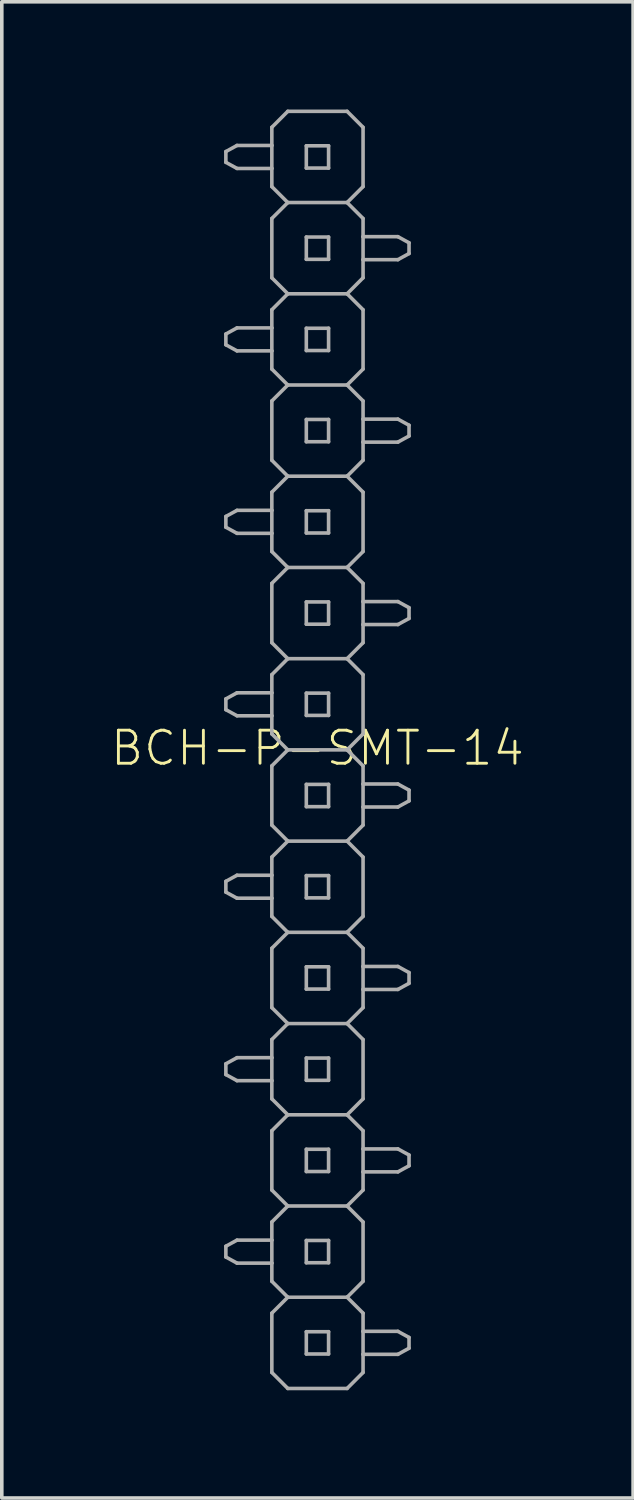
<source format=kicad_pcb>
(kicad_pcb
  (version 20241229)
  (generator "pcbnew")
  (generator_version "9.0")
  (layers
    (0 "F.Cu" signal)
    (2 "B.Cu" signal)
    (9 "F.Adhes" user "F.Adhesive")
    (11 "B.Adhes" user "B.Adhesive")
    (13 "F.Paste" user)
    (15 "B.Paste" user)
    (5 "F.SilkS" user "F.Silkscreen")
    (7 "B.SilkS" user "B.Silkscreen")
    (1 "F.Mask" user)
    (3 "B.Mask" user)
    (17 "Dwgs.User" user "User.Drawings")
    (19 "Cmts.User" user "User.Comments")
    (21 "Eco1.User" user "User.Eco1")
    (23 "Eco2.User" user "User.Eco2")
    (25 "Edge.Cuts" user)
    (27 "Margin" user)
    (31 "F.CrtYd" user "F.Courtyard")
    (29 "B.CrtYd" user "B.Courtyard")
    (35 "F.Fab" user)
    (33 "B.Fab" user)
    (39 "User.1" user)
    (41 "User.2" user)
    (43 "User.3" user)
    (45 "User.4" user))
  (footprint "BCH-P-SMT-14"
    (layer "F.Cu")
    (at 5.789 17.83)
    (property "Reference" "BCH-P-SMT-14" (at 0 -0.05 0) (unlocked yes) (layer "F.SilkS") (effects (font (size 0.92 0.92) (thickness 0.08))))
    (fp_line (start -2.55 -16.66) (end -2.55 -16.36) (stroke (width 0.1) (type solid)) (layer "F.Fab"))
    (fp_line (start -2.55 -16.36) (end -2.24 -16.19) (stroke (width 0.1) (type solid)) (layer "F.Fab"))
    (fp_line (start -2.55 -11.58) (end -2.55 -11.28) (stroke (width 0.1) (type solid)) (layer "F.Fab"))
    (fp_line (start -2.55 -11.28) (end -2.24 -11.11) (stroke (width 0.1) (type solid)) (layer "F.Fab"))
    (fp_line (start -2.55 -6.5) (end -2.55 -6.2) (stroke (width 0.1) (type solid)) (layer "F.Fab"))
    (fp_line (start -2.55 -6.2) (end -2.24 -6.03) (stroke (width 0.1) (type solid)) (layer "F.Fab"))
    (fp_line (start -2.55 -1.42) (end -2.55 -1.12) (stroke (width 0.1) (type solid)) (layer "F.Fab"))
    (fp_line (start -2.55 -1.12) (end -2.24 -0.95) (stroke (width 0.1) (type solid)) (layer "F.Fab"))
    (fp_line (start -2.55 3.66) (end -2.55 3.96) (stroke (width 0.1) (type solid)) (layer "F.Fab"))
    (fp_line (start -2.55 3.96) (end -2.24 4.13) (stroke (width 0.1) (type solid)) (layer "F.Fab"))
    (fp_line (start -2.55 8.74) (end -2.55 9.04) (stroke (width 0.1) (type solid)) (layer "F.Fab"))
    (fp_line (start -2.55 9.04) (end -2.24 9.21) (stroke (width 0.1) (type solid)) (layer "F.Fab"))
    (fp_line (start -2.55 13.82) (end -2.55 14.12) (stroke (width 0.1) (type solid)) (layer "F.Fab"))
    (fp_line (start -2.55 14.12) (end -2.24 14.29) (stroke (width 0.1) (type solid)) (layer "F.Fab"))
    (fp_line (start -2.24 -16.83) (end -2.55 -16.66) (stroke (width 0.1) (type solid)) (layer "F.Fab"))
    (fp_line (start -2.24 -16.19) (end -1.27 -16.19) (stroke (width 0.1) (type solid)) (layer "F.Fab"))
    (fp_line (start -2.24 -11.75) (end -2.55 -11.58) (stroke (width 0.1) (type solid)) (layer "F.Fab"))
    (fp_line (start -2.24 -11.11) (end -1.27 -11.11) (stroke (width 0.1) (type solid)) (layer "F.Fab"))
    (fp_line (start -2.24 -6.67) (end -2.55 -6.5) (stroke (width 0.1) (type solid)) (layer "F.Fab"))
    (fp_line (start -2.24 -6.03) (end -1.27 -6.03) (stroke (width 0.1) (type solid)) (layer "F.Fab"))
    (fp_line (start -2.24 -1.59) (end -2.55 -1.42) (stroke (width 0.1) (type solid)) (layer "F.Fab"))
    (fp_line (start -2.24 -0.95) (end -1.27 -0.95) (stroke (width 0.1) (type solid)) (layer "F.Fab"))
    (fp_line (start -2.24 3.49) (end -2.55 3.66) (stroke (width 0.1) (type solid)) (layer "F.Fab"))
    (fp_line (start -2.24 4.13) (end -1.27 4.13) (stroke (width 0.1) (type solid)) (layer "F.Fab"))
    (fp_line (start -2.24 8.57) (end -2.55 8.74) (stroke (width 0.1) (type solid)) (layer "F.Fab"))
    (fp_line (start -2.24 9.21) (end -1.27 9.21) (stroke (width 0.1) (type solid)) (layer "F.Fab"))
    (fp_line (start -2.24 13.65) (end -2.55 13.82) (stroke (width 0.1) (type solid)) (layer "F.Fab"))
    (fp_line (start -2.24 14.29) (end -1.27 14.29) (stroke (width 0.1) (type solid)) (layer "F.Fab"))
    (fp_line (start -1.27 -17.335) (end -1.27 -16.83) (stroke (width 0.1) (type solid)) (layer "F.Fab"))
    (fp_line (start -1.27 -16.83) (end -2.24 -16.83) (stroke (width 0.1) (type solid)) (layer "F.Fab"))
    (fp_line (start -1.27 -16.83) (end -1.27 -16.19) (stroke (width 0.1) (type solid)) (layer "F.Fab"))
    (fp_line (start -1.27 -16.19) (end -1.27 -15.684) (stroke (width 0.1) (type solid)) (layer "F.Fab"))
    (fp_line (start -1.27 -15.684) (end -0.826 -15.24) (stroke (width 0.1) (type solid)) (layer "F.Fab"))
    (fp_line (start -1.27 -14.796) (end -1.27 -13.145) (stroke (width 0.1) (type solid)) (layer "F.Fab"))
    (fp_line (start -1.27 -13.145) (end -0.826 -12.7) (stroke (width 0.1) (type solid)) (layer "F.Fab"))
    (fp_line (start -1.27 -12.255) (end -1.27 -11.75) (stroke (width 0.1) (type solid)) (layer "F.Fab"))
    (fp_line (start -1.27 -11.75) (end -2.24 -11.75) (stroke (width 0.1) (type solid)) (layer "F.Fab"))
    (fp_line (start -1.27 -11.75) (end -1.27 -11.11) (stroke (width 0.1) (type solid)) (layer "F.Fab"))
    (fp_line (start -1.27 -11.11) (end -1.27 -10.604) (stroke (width 0.1) (type solid)) (layer "F.Fab"))
    (fp_line (start -1.27 -10.604) (end -0.826 -10.16) (stroke (width 0.1) (type solid)) (layer "F.Fab"))
    (fp_line (start -1.27 -9.716) (end -1.27 -8.065) (stroke (width 0.1) (type solid)) (layer "F.Fab"))
    (fp_line (start -1.27 -8.065) (end -0.826 -7.62) (stroke (width 0.1) (type solid)) (layer "F.Fab"))
    (fp_line (start -1.27 -7.176) (end -1.27 -6.67) (stroke (width 0.1) (type solid)) (layer "F.Fab"))
    (fp_line (start -1.27 -6.67) (end -2.24 -6.67) (stroke (width 0.1) (type solid)) (layer "F.Fab"))
    (fp_line (start -1.27 -6.67) (end -1.27 -6.03) (stroke (width 0.1) (type solid)) (layer "F.Fab"))
    (fp_line (start -1.27 -6.03) (end -1.27 -5.524) (stroke (width 0.1) (type solid)) (layer "F.Fab"))
    (fp_line (start -1.27 -5.524) (end -0.826 -5.08) (stroke (width 0.1) (type solid)) (layer "F.Fab"))
    (fp_line (start -1.27 -4.636) (end -1.27 -2.985) (stroke (width 0.1) (type solid)) (layer "F.Fab"))
    (fp_line (start -1.27 -2.985) (end -0.826 -2.54) (stroke (width 0.1) (type solid)) (layer "F.Fab"))
    (fp_line (start -1.27 -2.095) (end -1.27 -1.59) (stroke (width 0.1) (type solid)) (layer "F.Fab"))
    (fp_line (start -1.27 -1.59) (end -2.24 -1.59) (stroke (width 0.1) (type solid)) (layer "F.Fab"))
    (fp_line (start -1.27 -1.59) (end -1.27 -0.95) (stroke (width 0.1) (type solid)) (layer "F.Fab"))
    (fp_line (start -1.27 -0.95) (end -1.27 -0.445) (stroke (width 0.1) (type solid)) (layer "F.Fab"))
    (fp_line (start -1.27 -0.445) (end -0.826 0) (stroke (width 0.1) (type solid)) (layer "F.Fab"))
    (fp_line (start -1.27 0.445) (end -1.27 2.095) (stroke (width 0.1) (type solid)) (layer "F.Fab"))
    (fp_line (start -1.27 2.095) (end -0.826 2.54) (stroke (width 0.1) (type solid)) (layer "F.Fab"))
    (fp_line (start -1.27 2.985) (end -1.27 3.49) (stroke (width 0.1) (type solid)) (layer "F.Fab"))
    (fp_line (start -1.27 3.49) (end -2.24 3.49) (stroke (width 0.1) (type solid)) (layer "F.Fab"))
    (fp_line (start -1.27 3.49) (end -1.27 4.13) (stroke (width 0.1) (type solid)) (layer "F.Fab"))
    (fp_line (start -1.27 4.13) (end -1.27 4.636) (stroke (width 0.1) (type solid)) (layer "F.Fab"))
    (fp_line (start -1.27 4.636) (end -0.826 5.08) (stroke (width 0.1) (type solid)) (layer "F.Fab"))
    (fp_line (start -1.27 5.524) (end -1.27 7.176) (stroke (width 0.1) (type solid)) (layer "F.Fab"))
    (fp_line (start -1.27 7.176) (end -0.826 7.62) (stroke (width 0.1) (type solid)) (layer "F.Fab"))
    (fp_line (start -1.27 8.065) (end -1.27 8.57) (stroke (width 0.1) (type solid)) (layer "F.Fab"))
    (fp_line (start -1.27 8.57) (end -2.24 8.57) (stroke (width 0.1) (type solid)) (layer "F.Fab"))
    (fp_line (start -1.27 8.57) (end -1.27 9.21) (stroke (width 0.1) (type solid)) (layer "F.Fab"))
    (fp_line (start -1.27 9.21) (end -1.27 9.716) (stroke (width 0.1) (type solid)) (layer "F.Fab"))
    (fp_line (start -1.27 9.716) (end -0.826 10.16) (stroke (width 0.1) (type solid)) (layer "F.Fab"))
    (fp_line (start -1.27 10.604) (end -1.27 12.255) (stroke (width 0.1) (type solid)) (layer "F.Fab"))
    (fp_line (start -1.27 12.255) (end -0.826 12.7) (stroke (width 0.1) (type solid)) (layer "F.Fab"))
    (fp_line (start -1.27 13.145) (end -1.27 13.65) (stroke (width 0.1) (type solid)) (layer "F.Fab"))
    (fp_line (start -1.27 13.65) (end -2.24 13.65) (stroke (width 0.1) (type solid)) (layer "F.Fab"))
    (fp_line (start -1.27 13.65) (end -1.27 14.29) (stroke (width 0.1) (type solid)) (layer "F.Fab"))
    (fp_line (start -1.27 14.29) (end -1.27 14.796) (stroke (width 0.1) (type solid)) (layer "F.Fab"))
    (fp_line (start -1.27 14.796) (end -0.826 15.24) (stroke (width 0.1) (type solid)) (layer "F.Fab"))
    (fp_line (start -1.27 15.684) (end -1.27 17.335) (stroke (width 0.1) (type solid)) (layer "F.Fab"))
    (fp_line (start -1.27 17.335) (end -0.826 17.78) (stroke (width 0.1) (type solid)) (layer "F.Fab"))
    (fp_line (start -0.826 -17.78) (end -1.27 -17.335) (stroke (width 0.1) (type solid)) (layer "F.Fab"))
    (fp_line (start -0.826 -15.24) (end -1.27 -14.796) (stroke (width 0.1) (type solid)) (layer "F.Fab"))
    (fp_line (start -0.826 -12.7) (end -1.27 -12.255) (stroke (width 0.1) (type solid)) (layer "F.Fab"))
    (fp_line (start -0.826 -10.16) (end -1.27 -9.716) (stroke (width 0.1) (type solid)) (layer "F.Fab"))
    (fp_line (start -0.826 -7.62) (end -1.27 -7.176) (stroke (width 0.1) (type solid)) (layer "F.Fab"))
    (fp_line (start -0.826 -5.08) (end -1.27 -4.636) (stroke (width 0.1) (type solid)) (layer "F.Fab"))
    (fp_line (start -0.826 -2.54) (end -1.27 -2.095) (stroke (width 0.1) (type solid)) (layer "F.Fab"))
    (fp_line (start -0.826 0) (end -1.27 0.445) (stroke (width 0.1) (type solid)) (layer "F.Fab"))
    (fp_line (start -0.826 2.54) (end -1.27 2.985) (stroke (width 0.1) (type solid)) (layer "F.Fab"))
    (fp_line (start -0.826 5.08) (end -1.27 5.524) (stroke (width 0.1) (type solid)) (layer "F.Fab"))
    (fp_line (start -0.826 7.62) (end -1.27 8.065) (stroke (width 0.1) (type solid)) (layer "F.Fab"))
    (fp_line (start -0.826 10.16) (end -1.27 10.604) (stroke (width 0.1) (type solid)) (layer "F.Fab"))
    (fp_line (start -0.826 12.7) (end -1.27 13.145) (stroke (width 0.1) (type solid)) (layer "F.Fab"))
    (fp_line (start -0.826 15.24) (end -1.27 15.684) (stroke (width 0.1) (type solid)) (layer "F.Fab"))
    (fp_line (start -0.31 -16.82) (end -0.31 -16.2) (stroke (width 0.1) (type solid)) (layer "F.Fab"))
    (fp_line (start -0.31 -16.2) (end 0.31 -16.2) (stroke (width 0.1) (type solid)) (layer "F.Fab"))
    (fp_line (start -0.31 -14.28) (end -0.31 -13.66) (stroke (width 0.1) (type solid)) (layer "F.Fab"))
    (fp_line (start -0.31 -13.66) (end 0.31 -13.66) (stroke (width 0.1) (type solid)) (layer "F.Fab"))
    (fp_line (start -0.31 -11.74) (end -0.31 -11.12) (stroke (width 0.1) (type solid)) (layer "F.Fab"))
    (fp_line (start -0.31 -11.12) (end 0.31 -11.12) (stroke (width 0.1) (type solid)) (layer "F.Fab"))
    (fp_line (start -0.31 -9.2) (end -0.31 -8.58) (stroke (width 0.1) (type solid)) (layer "F.Fab"))
    (fp_line (start -0.31 -8.58) (end 0.31 -8.58) (stroke (width 0.1) (type solid)) (layer "F.Fab"))
    (fp_line (start -0.31 -6.66) (end -0.31 -6.04) (stroke (width 0.1) (type solid)) (layer "F.Fab"))
    (fp_line (start -0.31 -6.04) (end 0.31 -6.04) (stroke (width 0.1) (type solid)) (layer "F.Fab"))
    (fp_line (start -0.31 -4.12) (end -0.31 -3.5) (stroke (width 0.1) (type solid)) (layer "F.Fab"))
    (fp_line (start -0.31 -3.5) (end 0.31 -3.5) (stroke (width 0.1) (type solid)) (layer "F.Fab"))
    (fp_line (start -0.31 -1.58) (end -0.31 -0.96) (stroke (width 0.1) (type solid)) (layer "F.Fab"))
    (fp_line (start -0.31 -0.96) (end 0.31 -0.96) (stroke (width 0.1) (type solid)) (layer "F.Fab"))
    (fp_line (start -0.31 0.96) (end -0.31 1.58) (stroke (width 0.1) (type solid)) (layer "F.Fab"))
    (fp_line (start -0.31 1.58) (end 0.31 1.58) (stroke (width 0.1) (type solid)) (layer "F.Fab"))
    (fp_line (start -0.31 3.5) (end -0.31 4.12) (stroke (width 0.1) (type solid)) (layer "F.Fab"))
    (fp_line (start -0.31 4.12) (end 0.31 4.12) (stroke (width 0.1) (type solid)) (layer "F.Fab"))
    (fp_line (start -0.31 6.04) (end -0.31 6.66) (stroke (width 0.1) (type solid)) (layer "F.Fab"))
    (fp_line (start -0.31 6.66) (end 0.31 6.66) (stroke (width 0.1) (type solid)) (layer "F.Fab"))
    (fp_line (start -0.31 8.58) (end -0.31 9.2) (stroke (width 0.1) (type solid)) (layer "F.Fab"))
    (fp_line (start -0.31 9.2) (end 0.31 9.2) (stroke (width 0.1) (type solid)) (layer "F.Fab"))
    (fp_line (start -0.31 11.12) (end -0.31 11.74) (stroke (width 0.1) (type solid)) (layer "F.Fab"))
    (fp_line (start -0.31 11.74) (end 0.31 11.74) (stroke (width 0.1) (type solid)) (layer "F.Fab"))
    (fp_line (start -0.31 13.66) (end -0.31 14.28) (stroke (width 0.1) (type solid)) (layer "F.Fab"))
    (fp_line (start -0.31 14.28) (end 0.31 14.28) (stroke (width 0.1) (type solid)) (layer "F.Fab"))
    (fp_line (start -0.31 16.2) (end -0.31 16.82) (stroke (width 0.1) (type solid)) (layer "F.Fab"))
    (fp_line (start -0.31 16.82) (end 0.31 16.82) (stroke (width 0.1) (type solid)) (layer "F.Fab"))
    (fp_line (start 0.31 -16.82) (end -0.31 -16.82) (stroke (width 0.1) (type solid)) (layer "F.Fab"))
    (fp_line (start 0.31 -16.2) (end 0.31 -16.82) (stroke (width 0.1) (type solid)) (layer "F.Fab"))
    (fp_line (start 0.31 -14.28) (end -0.31 -14.28) (stroke (width 0.1) (type solid)) (layer "F.Fab"))
    (fp_line (start 0.31 -13.66) (end 0.31 -14.28) (stroke (width 0.1) (type solid)) (layer "F.Fab"))
    (fp_line (start 0.31 -11.74) (end -0.31 -11.74) (stroke (width 0.1) (type solid)) (layer "F.Fab"))
    (fp_line (start 0.31 -11.12) (end 0.31 -11.74) (stroke (width 0.1) (type solid)) (layer "F.Fab"))
    (fp_line (start 0.31 -9.2) (end -0.31 -9.2) (stroke (width 0.1) (type solid)) (layer "F.Fab"))
    (fp_line (start 0.31 -8.58) (end 0.31 -9.2) (stroke (width 0.1) (type solid)) (layer "F.Fab"))
    (fp_line (start 0.31 -6.66) (end -0.31 -6.66) (stroke (width 0.1) (type solid)) (layer "F.Fab"))
    (fp_line (start 0.31 -6.04) (end 0.31 -6.66) (stroke (width 0.1) (type solid)) (layer "F.Fab"))
    (fp_line (start 0.31 -4.12) (end -0.31 -4.12) (stroke (width 0.1) (type solid)) (layer "F.Fab"))
    (fp_line (start 0.31 -3.5) (end 0.31 -4.12) (stroke (width 0.1) (type solid)) (layer "F.Fab"))
    (fp_line (start 0.31 -1.58) (end -0.31 -1.58) (stroke (width 0.1) (type solid)) (layer "F.Fab"))
    (fp_line (start 0.31 -0.96) (end 0.31 -1.58) (stroke (width 0.1) (type solid)) (layer "F.Fab"))
    (fp_line (start 0.31 0.96) (end -0.31 0.96) (stroke (width 0.1) (type solid)) (layer "F.Fab"))
    (fp_line (start 0.31 1.58) (end 0.31 0.96) (stroke (width 0.1) (type solid)) (layer "F.Fab"))
    (fp_line (start 0.31 3.5) (end -0.31 3.5) (stroke (width 0.1) (type solid)) (layer "F.Fab"))
    (fp_line (start 0.31 4.12) (end 0.31 3.5) (stroke (width 0.1) (type solid)) (layer "F.Fab"))
    (fp_line (start 0.31 6.04) (end -0.31 6.04) (stroke (width 0.1) (type solid)) (layer "F.Fab"))
    (fp_line (start 0.31 6.66) (end 0.31 6.04) (stroke (width 0.1) (type solid)) (layer "F.Fab"))
    (fp_line (start 0.31 8.58) (end -0.31 8.58) (stroke (width 0.1) (type solid)) (layer "F.Fab"))
    (fp_line (start 0.31 9.2) (end 0.31 8.58) (stroke (width 0.1) (type solid)) (layer "F.Fab"))
    (fp_line (start 0.31 11.12) (end -0.31 11.12) (stroke (width 0.1) (type solid)) (layer "F.Fab"))
    (fp_line (start 0.31 11.74) (end 0.31 11.12) (stroke (width 0.1) (type solid)) (layer "F.Fab"))
    (fp_line (start 0.31 13.66) (end -0.31 13.66) (stroke (width 0.1) (type solid)) (layer "F.Fab"))
    (fp_line (start 0.31 14.28) (end 0.31 13.66) (stroke (width 0.1) (type solid)) (layer "F.Fab"))
    (fp_line (start 0.31 16.2) (end -0.31 16.2) (stroke (width 0.1) (type solid)) (layer "F.Fab"))
    (fp_line (start 0.31 16.82) (end 0.31 16.2) (stroke (width 0.1) (type solid)) (layer "F.Fab"))
    (fp_line (start 0.826 -17.78) (end -0.826 -17.78) (stroke (width 0.1) (type solid)) (layer "F.Fab"))
    (fp_line (start 0.826 -15.24) (end -0.826 -15.24) (stroke (width 0.1) (type solid)) (layer "F.Fab"))
    (fp_line (start 0.826 -15.24) (end 1.27 -15.684) (stroke (width 0.1) (type solid)) (layer "F.Fab"))
    (fp_line (start 0.826 -12.7) (end -0.826 -12.7) (stroke (width 0.1) (type solid)) (layer "F.Fab"))
    (fp_line (start 0.826 -12.7) (end 1.27 -13.145) (stroke (width 0.1) (type solid)) (layer "F.Fab"))
    (fp_line (start 0.826 -10.16) (end -0.826 -10.16) (stroke (width 0.1) (type solid)) (layer "F.Fab"))
    (fp_line (start 0.826 -10.16) (end 1.27 -10.604) (stroke (width 0.1) (type solid)) (layer "F.Fab"))
    (fp_line (start 0.826 -7.62) (end -0.826 -7.62) (stroke (width 0.1) (type solid)) (layer "F.Fab"))
    (fp_line (start 0.826 -7.62) (end 1.27 -8.065) (stroke (width 0.1) (type solid)) (layer "F.Fab"))
    (fp_line (start 0.826 -5.08) (end -0.826 -5.08) (stroke (width 0.1) (type solid)) (layer "F.Fab"))
    (fp_line (start 0.826 -5.08) (end 1.27 -5.524) (stroke (width 0.1) (type solid)) (layer "F.Fab"))
    (fp_line (start 0.826 -2.54) (end -0.826 -2.54) (stroke (width 0.1) (type solid)) (layer "F.Fab"))
    (fp_line (start 0.826 -2.54) (end 1.27 -2.985) (stroke (width 0.1) (type solid)) (layer "F.Fab"))
    (fp_line (start 0.826 0) (end -0.826 0) (stroke (width 0.1) (type solid)) (layer "F.Fab"))
    (fp_line (start 0.826 0) (end 1.27 -0.445) (stroke (width 0.1) (type solid)) (layer "F.Fab"))
    (fp_line (start 0.826 2.54) (end -0.826 2.54) (stroke (width 0.1) (type solid)) (layer "F.Fab"))
    (fp_line (start 0.826 2.54) (end 1.27 2.095) (stroke (width 0.1) (type solid)) (layer "F.Fab"))
    (fp_line (start 0.826 5.08) (end -0.826 5.08) (stroke (width 0.1) (type solid)) (layer "F.Fab"))
    (fp_line (start 0.826 5.08) (end 1.27 4.636) (stroke (width 0.1) (type solid)) (layer "F.Fab"))
    (fp_line (start 0.826 7.62) (end -0.826 7.62) (stroke (width 0.1) (type solid)) (layer "F.Fab"))
    (fp_line (start 0.826 7.62) (end 1.27 7.176) (stroke (width 0.1) (type solid)) (layer "F.Fab"))
    (fp_line (start 0.826 10.16) (end -0.826 10.16) (stroke (width 0.1) (type solid)) (layer "F.Fab"))
    (fp_line (start 0.826 10.16) (end 1.27 9.716) (stroke (width 0.1) (type solid)) (layer "F.Fab"))
    (fp_line (start 0.826 12.7) (end -0.826 12.7) (stroke (width 0.1) (type solid)) (layer "F.Fab"))
    (fp_line (start 0.826 12.7) (end 1.27 12.255) (stroke (width 0.1) (type solid)) (layer "F.Fab"))
    (fp_line (start 0.826 15.24) (end -0.826 15.24) (stroke (width 0.1) (type solid)) (layer "F.Fab"))
    (fp_line (start 0.826 15.24) (end 1.27 14.796) (stroke (width 0.1) (type solid)) (layer "F.Fab"))
    (fp_line (start 0.826 17.78) (end -0.826 17.78) (stroke (width 0.1) (type solid)) (layer "F.Fab"))
    (fp_line (start 0.826 17.78) (end 1.27 17.335) (stroke (width 0.1) (type solid)) (layer "F.Fab"))
    (fp_line (start 1.27 -17.335) (end 0.826 -17.78) (stroke (width 0.1) (type solid)) (layer "F.Fab"))
    (fp_line (start 1.27 -15.684) (end 1.27 -17.335) (stroke (width 0.1) (type solid)) (layer "F.Fab"))
    (fp_line (start 1.27 -14.796) (end 0.826 -15.24) (stroke (width 0.1) (type solid)) (layer "F.Fab"))
    (fp_line (start 1.27 -14.29) (end 1.27 -14.796) (stroke (width 0.1) (type solid)) (layer "F.Fab"))
    (fp_line (start 1.27 -13.65) (end 1.27 -14.29) (stroke (width 0.1) (type solid)) (layer "F.Fab"))
    (fp_line (start 1.27 -13.65) (end 2.24 -13.65) (stroke (width 0.1) (type solid)) (layer "F.Fab"))
    (fp_line (start 1.27 -13.145) (end 1.27 -13.65) (stroke (width 0.1) (type solid)) (layer "F.Fab"))
    (fp_line (start 1.27 -12.255) (end 0.826 -12.7) (stroke (width 0.1) (type solid)) (layer "F.Fab"))
    (fp_line (start 1.27 -10.604) (end 1.27 -12.255) (stroke (width 0.1) (type solid)) (layer "F.Fab"))
    (fp_line (start 1.27 -9.716) (end 0.826 -10.16) (stroke (width 0.1) (type solid)) (layer "F.Fab"))
    (fp_line (start 1.27 -9.21) (end 1.27 -9.716) (stroke (width 0.1) (type solid)) (layer "F.Fab"))
    (fp_line (start 1.27 -8.57) (end 1.27 -9.21) (stroke (width 0.1) (type solid)) (layer "F.Fab"))
    (fp_line (start 1.27 -8.57) (end 2.24 -8.57) (stroke (width 0.1) (type solid)) (layer "F.Fab"))
    (fp_line (start 1.27 -8.065) (end 1.27 -8.57) (stroke (width 0.1) (type solid)) (layer "F.Fab"))
    (fp_line (start 1.27 -7.176) (end 0.826 -7.62) (stroke (width 0.1) (type solid)) (layer "F.Fab"))
    (fp_line (start 1.27 -5.524) (end 1.27 -7.176) (stroke (width 0.1) (type solid)) (layer "F.Fab"))
    (fp_line (start 1.27 -4.636) (end 0.826 -5.08) (stroke (width 0.1) (type solid)) (layer "F.Fab"))
    (fp_line (start 1.27 -4.13) (end 1.27 -4.636) (stroke (width 0.1) (type solid)) (layer "F.Fab"))
    (fp_line (start 1.27 -3.49) (end 1.27 -4.13) (stroke (width 0.1) (type solid)) (layer "F.Fab"))
    (fp_line (start 1.27 -3.49) (end 2.24 -3.49) (stroke (width 0.1) (type solid)) (layer "F.Fab"))
    (fp_line (start 1.27 -2.985) (end 1.27 -3.49) (stroke (width 0.1) (type solid)) (layer "F.Fab"))
    (fp_line (start 1.27 -2.095) (end 0.826 -2.54) (stroke (width 0.1) (type solid)) (layer "F.Fab"))
    (fp_line (start 1.27 -0.445) (end 1.27 -2.095) (stroke (width 0.1) (type solid)) (layer "F.Fab"))
    (fp_line (start 1.27 0.445) (end 0.826 0) (stroke (width 0.1) (type solid)) (layer "F.Fab"))
    (fp_line (start 1.27 0.95) (end 1.27 0.445) (stroke (width 0.1) (type solid)) (layer "F.Fab"))
    (fp_line (start 1.27 1.59) (end 1.27 0.95) (stroke (width 0.1) (type solid)) (layer "F.Fab"))
    (fp_line (start 1.27 1.59) (end 2.24 1.59) (stroke (width 0.1) (type solid)) (layer "F.Fab"))
    (fp_line (start 1.27 2.095) (end 1.27 1.59) (stroke (width 0.1) (type solid)) (layer "F.Fab"))
    (fp_line (start 1.27 2.985) (end 0.826 2.54) (stroke (width 0.1) (type solid)) (layer "F.Fab"))
    (fp_line (start 1.27 4.636) (end 1.27 2.985) (stroke (width 0.1) (type solid)) (layer "F.Fab"))
    (fp_line (start 1.27 5.524) (end 0.826 5.08) (stroke (width 0.1) (type solid)) (layer "F.Fab"))
    (fp_line (start 1.27 6.03) (end 1.27 5.524) (stroke (width 0.1) (type solid)) (layer "F.Fab"))
    (fp_line (start 1.27 6.67) (end 1.27 6.03) (stroke (width 0.1) (type solid)) (layer "F.Fab"))
    (fp_line (start 1.27 6.67) (end 2.24 6.67) (stroke (width 0.1) (type solid)) (layer "F.Fab"))
    (fp_line (start 1.27 7.176) (end 1.27 6.67) (stroke (width 0.1) (type solid)) (layer "F.Fab"))
    (fp_line (start 1.27 8.065) (end 0.826 7.62) (stroke (width 0.1) (type solid)) (layer "F.Fab"))
    (fp_line (start 1.27 9.716) (end 1.27 8.065) (stroke (width 0.1) (type solid)) (layer "F.Fab"))
    (fp_line (start 1.27 10.604) (end 0.826 10.16) (stroke (width 0.1) (type solid)) (layer "F.Fab"))
    (fp_line (start 1.27 11.11) (end 1.27 10.604) (stroke (width 0.1) (type solid)) (layer "F.Fab"))
    (fp_line (start 1.27 11.75) (end 1.27 11.11) (stroke (width 0.1) (type solid)) (layer "F.Fab"))
    (fp_line (start 1.27 11.75) (end 2.24 11.75) (stroke (width 0.1) (type solid)) (layer "F.Fab"))
    (fp_line (start 1.27 12.255) (end 1.27 11.75) (stroke (width 0.1) (type solid)) (layer "F.Fab"))
    (fp_line (start 1.27 13.145) (end 0.826 12.7) (stroke (width 0.1) (type solid)) (layer "F.Fab"))
    (fp_line (start 1.27 14.796) (end 1.27 13.145) (stroke (width 0.1) (type solid)) (layer "F.Fab"))
    (fp_line (start 1.27 15.684) (end 0.826 15.24) (stroke (width 0.1) (type solid)) (layer "F.Fab"))
    (fp_line (start 1.27 16.19) (end 1.27 15.684) (stroke (width 0.1) (type solid)) (layer "F.Fab"))
    (fp_line (start 1.27 16.83) (end 1.27 16.19) (stroke (width 0.1) (type solid)) (layer "F.Fab"))
    (fp_line (start 1.27 16.83) (end 2.24 16.83) (stroke (width 0.1) (type solid)) (layer "F.Fab"))
    (fp_line (start 1.27 17.335) (end 1.27 16.83) (stroke (width 0.1) (type solid)) (layer "F.Fab"))
    (fp_line (start 2.24 -14.29) (end 1.27 -14.29) (stroke (width 0.1) (type solid)) (layer "F.Fab"))
    (fp_line (start 2.24 -13.65) (end 2.55 -13.82) (stroke (width 0.1) (type solid)) (layer "F.Fab"))
    (fp_line (start 2.24 -9.21) (end 1.27 -9.21) (stroke (width 0.1) (type solid)) (layer "F.Fab"))
    (fp_line (start 2.24 -8.57) (end 2.55 -8.74) (stroke (width 0.1) (type solid)) (layer "F.Fab"))
    (fp_line (start 2.24 -4.13) (end 1.27 -4.13) (stroke (width 0.1) (type solid)) (layer "F.Fab"))
    (fp_line (start 2.24 -3.49) (end 2.55 -3.66) (stroke (width 0.1) (type solid)) (layer "F.Fab"))
    (fp_line (start 2.24 0.95) (end 1.27 0.95) (stroke (width 0.1) (type solid)) (layer "F.Fab"))
    (fp_line (start 2.24 1.59) (end 2.55 1.42) (stroke (width 0.1) (type solid)) (layer "F.Fab"))
    (fp_line (start 2.24 6.03) (end 1.27 6.03) (stroke (width 0.1) (type solid)) (layer "F.Fab"))
    (fp_line (start 2.24 6.67) (end 2.55 6.5) (stroke (width 0.1) (type solid)) (layer "F.Fab"))
    (fp_line (start 2.24 11.11) (end 1.27 11.11) (stroke (width 0.1) (type solid)) (layer "F.Fab"))
    (fp_line (start 2.24 11.75) (end 2.55 11.58) (stroke (width 0.1) (type solid)) (layer "F.Fab"))
    (fp_line (start 2.24 16.19) (end 1.27 16.19) (stroke (width 0.1) (type solid)) (layer "F.Fab"))
    (fp_line (start 2.24 16.83) (end 2.55 16.66) (stroke (width 0.1) (type solid)) (layer "F.Fab"))
    (fp_line (start 2.55 -14.12) (end 2.24 -14.29) (stroke (width 0.1) (type solid)) (layer "F.Fab"))
    (fp_line (start 2.55 -13.82) (end 2.55 -14.12) (stroke (width 0.1) (type solid)) (layer "F.Fab"))
    (fp_line (start 2.55 -9.04) (end 2.24 -9.21) (stroke (width 0.1) (type solid)) (layer "F.Fab"))
    (fp_line (start 2.55 -8.74) (end 2.55 -9.04) (stroke (width 0.1) (type solid)) (layer "F.Fab"))
    (fp_line (start 2.55 -3.96) (end 2.24 -4.13) (stroke (width 0.1) (type solid)) (layer "F.Fab"))
    (fp_line (start 2.55 -3.66) (end 2.55 -3.96) (stroke (width 0.1) (type solid)) (layer "F.Fab"))
    (fp_line (start 2.55 1.12) (end 2.24 0.95) (stroke (width 0.1) (type solid)) (layer "F.Fab"))
    (fp_line (start 2.55 1.42) (end 2.55 1.12) (stroke (width 0.1) (type solid)) (layer "F.Fab"))
    (fp_line (start 2.55 6.2) (end 2.24 6.03) (stroke (width 0.1) (type solid)) (layer "F.Fab"))
    (fp_line (start 2.55 6.5) (end 2.55 6.2) (stroke (width 0.1) (type solid)) (layer "F.Fab"))
    (fp_line (start 2.55 11.28) (end 2.24 11.11) (stroke (width 0.1) (type solid)) (layer "F.Fab"))
    (fp_line (start 2.55 11.58) (end 2.55 11.28) (stroke (width 0.1) (type solid)) (layer "F.Fab"))
    (fp_line (start 2.55 16.36) (end 2.24 16.19) (stroke (width 0.1) (type solid)) (layer "F.Fab"))
    (fp_line (start 2.55 16.66) (end 2.55 16.36) (stroke (width 0.1) (type solid)) (layer "F.Fab")))
  (gr_rect
    (start -3 -3)
    (end 14.578 38.66)
    (stroke (width 0.1) (type default))
    (fill no)
    (layer "Edge.Cuts")))
</source>
